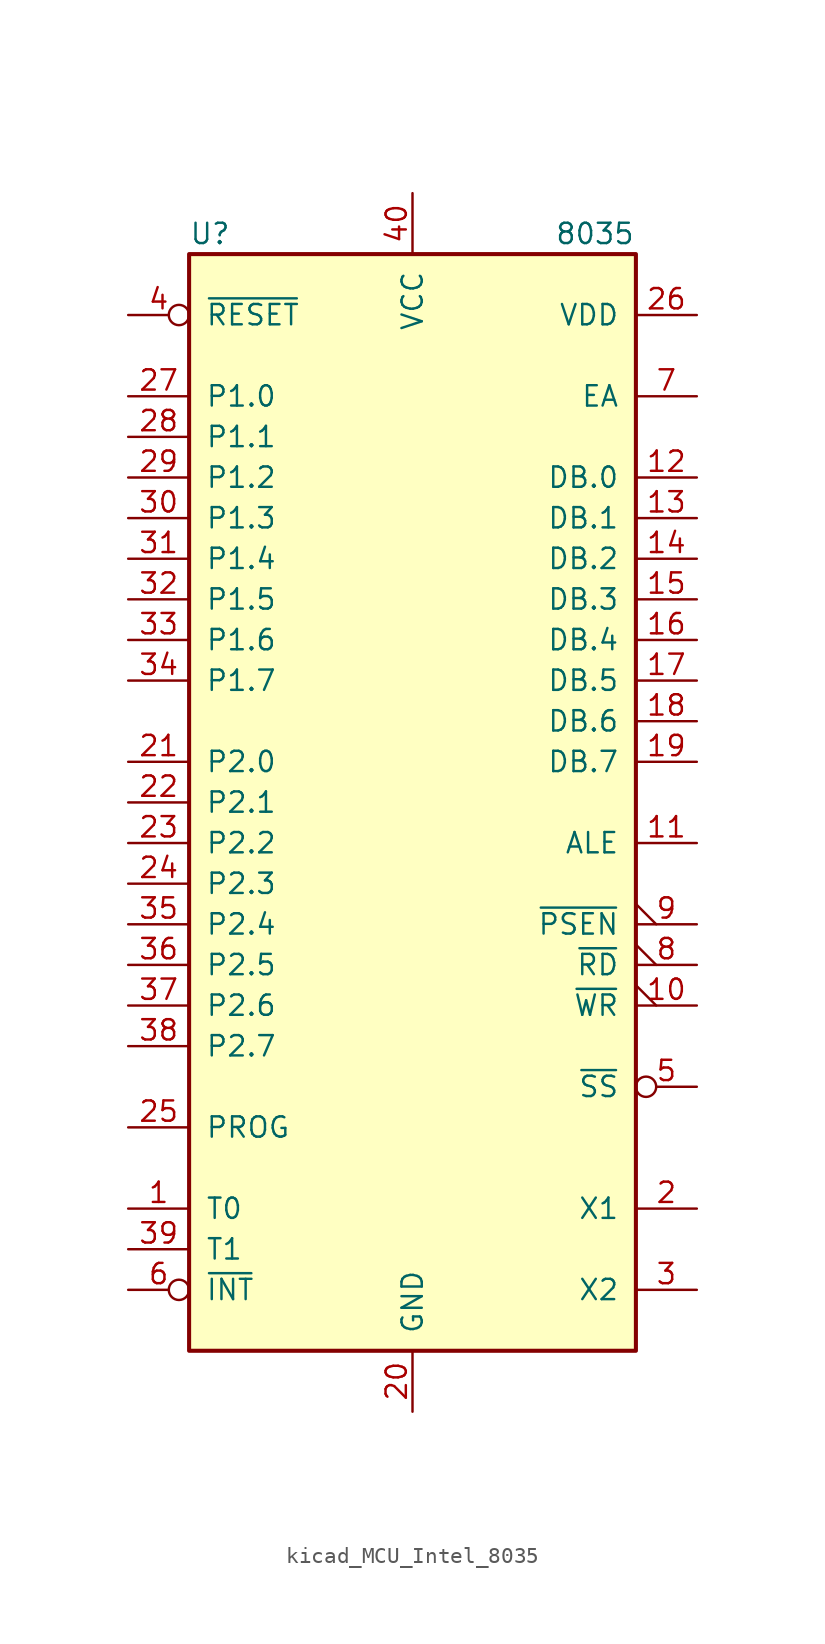
<source format=kicad_sym>
(kicad_symbol_lib
  (version 20220914)
  (generator kicad_symbol_editor)
  (symbol "kicad_MCU_Intel_8035"
    (pin_names
      (offset 1.016))
    (property "Reference" "U"
      (at -13.97 35.56 0)
      (effects (font (size 1.27 1.27)) (justify left)))
    (property "Value" "8035"
      (at 8.89 35.56 0)
      (effects (font (size 1.27 1.27)) (justify left)))
    (symbol "kicad_MCU_Intel_8035_1_1"
      (rectangle (start -13.97 -34.29) (end 13.97 34.29) (stroke (width 0.254) (type default)) (fill (type background)))
      (pin input line (at -17.78 -25.4 0) (length 3.81) (name "T0" (effects (font (size 1.27 1.27)))) (number "1" (effects (font (size 1.27 1.27)))))
      (pin output output_low (at 17.78 -12.7 180) (length 3.81) (name "~{WR}" (effects (font (size 1.27 1.27)))) (number "10" (effects (font (size 1.27 1.27)))))
      (pin output line (at 17.78 -2.54 180) (length 3.81) (name "ALE" (effects (font (size 1.27 1.27)))) (number "11" (effects (font (size 1.27 1.27)))))
      (pin bidirectional line (at 17.78 20.32 180) (length 3.81) (name "DB.0" (effects (font (size 1.27 1.27)))) (number "12" (effects (font (size 1.27 1.27)))))
      (pin bidirectional line (at 17.78 17.78 180) (length 3.81) (name "DB.1" (effects (font (size 1.27 1.27)))) (number "13" (effects (font (size 1.27 1.27)))))
      (pin bidirectional line (at 17.78 15.24 180) (length 3.81) (name "DB.2" (effects (font (size 1.27 1.27)))) (number "14" (effects (font (size 1.27 1.27)))))
      (pin bidirectional line (at 17.78 12.7 180) (length 3.81) (name "DB.3" (effects (font (size 1.27 1.27)))) (number "15" (effects (font (size 1.27 1.27)))))
      (pin bidirectional line (at 17.78 10.16 180) (length 3.81) (name "DB.4" (effects (font (size 1.27 1.27)))) (number "16" (effects (font (size 1.27 1.27)))))
      (pin bidirectional line (at 17.78 7.62 180) (length 3.81) (name "DB.5" (effects (font (size 1.27 1.27)))) (number "17" (effects (font (size 1.27 1.27)))))
      (pin bidirectional line (at 17.78 5.08 180) (length 3.81) (name "DB.6" (effects (font (size 1.27 1.27)))) (number "18" (effects (font (size 1.27 1.27)))))
      (pin bidirectional line (at 17.78 2.54 180) (length 3.81) (name "DB.7" (effects (font (size 1.27 1.27)))) (number "19" (effects (font (size 1.27 1.27)))))
      (pin input line (at 17.78 -25.4 180) (length 3.81) (name "X1" (effects (font (size 1.27 1.27)))) (number "2" (effects (font (size 1.27 1.27)))))
      (pin power_in line (at 0 -38.1 90) (length 3.81) (name "GND" (effects (font (size 1.27 1.27)))) (number "20" (effects (font (size 1.27 1.27)))))
      (pin bidirectional line (at -17.78 2.54 0) (length 3.81) (name "P2.0" (effects (font (size 1.27 1.27)))) (number "21" (effects (font (size 1.27 1.27)))))
      (pin bidirectional line (at -17.78 0 0) (length 3.81) (name "P2.1" (effects (font (size 1.27 1.27)))) (number "22" (effects (font (size 1.27 1.27)))))
      (pin bidirectional line (at -17.78 -2.54 0) (length 3.81) (name "P2.2" (effects (font (size 1.27 1.27)))) (number "23" (effects (font (size 1.27 1.27)))))
      (pin bidirectional line (at -17.78 -5.08 0) (length 3.81) (name "P2.3" (effects (font (size 1.27 1.27)))) (number "24" (effects (font (size 1.27 1.27)))))
      (pin output line (at -17.78 -20.32 0) (length 3.81) (name "PROG" (effects (font (size 1.27 1.27)))) (number "25" (effects (font (size 1.27 1.27)))))
      (pin power_in line (at 17.78 30.48 180) (length 3.81) (name "VDD" (effects (font (size 1.27 1.27)))) (number "26" (effects (font (size 1.27 1.27)))))
      (pin bidirectional line (at -17.78 25.4 0) (length 3.81) (name "P1.0" (effects (font (size 1.27 1.27)))) (number "27" (effects (font (size 1.27 1.27)))))
      (pin bidirectional line (at -17.78 22.86 0) (length 3.81) (name "P1.1" (effects (font (size 1.27 1.27)))) (number "28" (effects (font (size 1.27 1.27)))))
      (pin bidirectional line (at -17.78 20.32 0) (length 3.81) (name "P1.2" (effects (font (size 1.27 1.27)))) (number "29" (effects (font (size 1.27 1.27)))))
      (pin output line (at 17.78 -30.48 180) (length 3.81) (name "X2" (effects (font (size 1.27 1.27)))) (number "3" (effects (font (size 1.27 1.27)))))
      (pin bidirectional line (at -17.78 17.78 0) (length 3.81) (name "P1.3" (effects (font (size 1.27 1.27)))) (number "30" (effects (font (size 1.27 1.27)))))
      (pin bidirectional line (at -17.78 15.24 0) (length 3.81) (name "P1.4" (effects (font (size 1.27 1.27)))) (number "31" (effects (font (size 1.27 1.27)))))
      (pin bidirectional line (at -17.78 12.7 0) (length 3.81) (name "P1.5" (effects (font (size 1.27 1.27)))) (number "32" (effects (font (size 1.27 1.27)))))
      (pin bidirectional line (at -17.78 10.16 0) (length 3.81) (name "P1.6" (effects (font (size 1.27 1.27)))) (number "33" (effects (font (size 1.27 1.27)))))
      (pin bidirectional line (at -17.78 7.62 0) (length 3.81) (name "P1.7" (effects (font (size 1.27 1.27)))) (number "34" (effects (font (size 1.27 1.27)))))
      (pin bidirectional line (at -17.78 -7.62 0) (length 3.81) (name "P2.4" (effects (font (size 1.27 1.27)))) (number "35" (effects (font (size 1.27 1.27)))))
      (pin bidirectional line (at -17.78 -10.16 0) (length 3.81) (name "P2.5" (effects (font (size 1.27 1.27)))) (number "36" (effects (font (size 1.27 1.27)))))
      (pin bidirectional line (at -17.78 -12.7 0) (length 3.81) (name "P2.6" (effects (font (size 1.27 1.27)))) (number "37" (effects (font (size 1.27 1.27)))))
      (pin bidirectional line (at -17.78 -15.24 0) (length 3.81) (name "P2.7" (effects (font (size 1.27 1.27)))) (number "38" (effects (font (size 1.27 1.27)))))
      (pin input line (at -17.78 -27.94 0) (length 3.81) (name "T1" (effects (font (size 1.27 1.27)))) (number "39" (effects (font (size 1.27 1.27)))))
      (pin input inverted (at -17.78 30.48 0) (length 3.81) (name "~{RESET}" (effects (font (size 1.27 1.27)))) (number "4" (effects (font (size 1.27 1.27)))))
      (pin power_in line (at 0 38.1 270) (length 3.81) (name "VCC" (effects (font (size 1.27 1.27)))) (number "40" (effects (font (size 1.27 1.27)))))
      (pin input inverted (at 17.78 -17.78 180) (length 3.81) (name "~{SS}" (effects (font (size 1.27 1.27)))) (number "5" (effects (font (size 1.27 1.27)))))
      (pin input inverted (at -17.78 -30.48 0) (length 3.81) (name "~{INT}" (effects (font (size 1.27 1.27)))) (number "6" (effects (font (size 1.27 1.27)))))
      (pin input line (at 17.78 25.4 180) (length 3.81) (name "EA" (effects (font (size 1.27 1.27)))) (number "7" (effects (font (size 1.27 1.27)))))
      (pin output output_low (at 17.78 -10.16 180) (length 3.81) (name "~{RD}" (effects (font (size 1.27 1.27)))) (number "8" (effects (font (size 1.27 1.27)))))
      (pin output output_low (at 17.78 -7.62 180) (length 3.81) (name "~{PSEN}" (effects (font (size 1.27 1.27)))) (number "9" (effects (font (size 1.27 1.27))))))))
</source>
